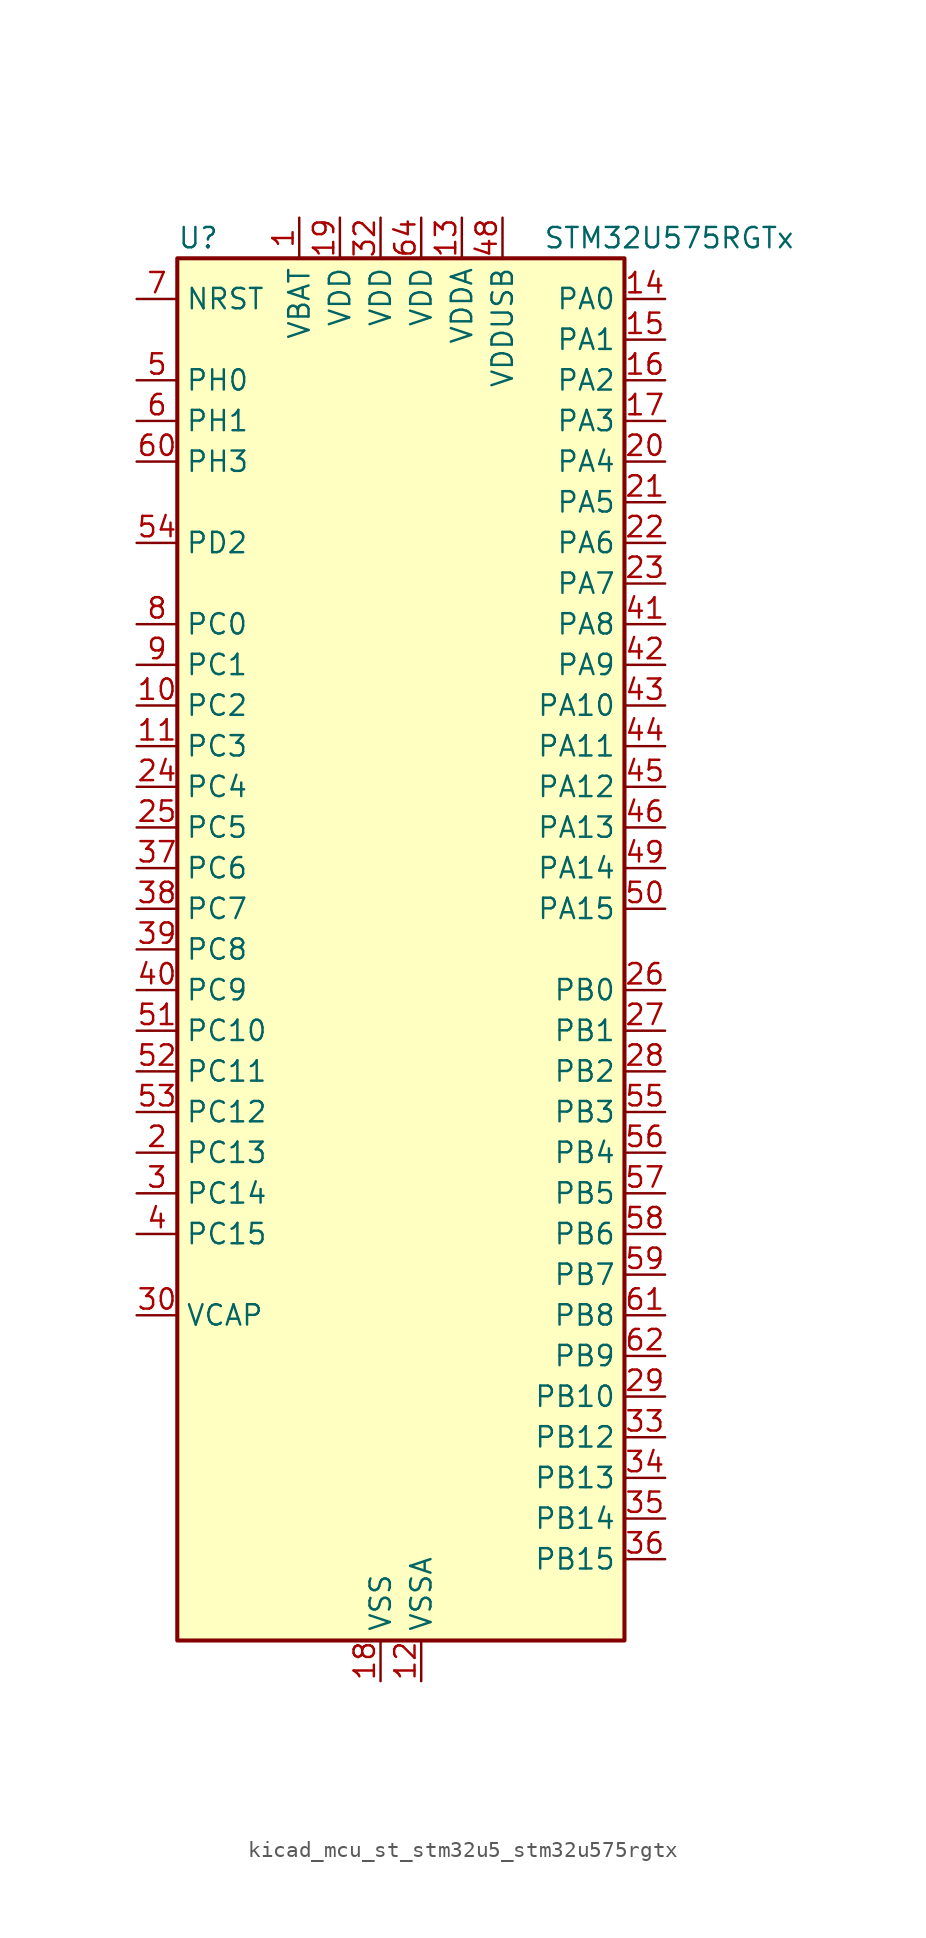
<source format=kicad_sym>
(kicad_symbol_lib
  (version 20220914)
  (generator kicad_symbol_editor)
  (symbol "kicad_mcu_st_stm32u5_stm32u575rgtx"
    (property "Reference" "U"
      (at -12.7 44.45 0)
      (effects (font (size 1.27 1.27)) (justify left)))
    (property "Value" "STM32U575RGTx"
      (at 10.16 44.45 0)
      (effects (font (size 1.27 1.27)) (justify left)))
    (property "ki_locked" ""
      (at 0 0 0)
      (effects (font (size 1.27 1.27))))
    (symbol "kicad_mcu_st_stm32u5_stm32u575rgtx_0_1"
      (rectangle (start -12.7 -43.18) (end 15.24 43.18) (stroke (width 0.254) (type default)) (fill (type background))))
    (symbol "kicad_mcu_st_stm32u5_stm32u575rgtx_1_1"
      (pin power_in line (at -5.08 45.72 270) (length 2.54) (name "VBAT" (effects (font (size 1.27 1.27)))) (number "1" (effects (font (size 1.27 1.27)))))
      (pin bidirectional line (at -15.24 15.24 0) (length 2.54) (name "PC2" (effects (font (size 1.27 1.27)))) (number "10" (effects (font (size 1.27 1.27)))) (alternate "ADC1_IN3" bidirectional line) (alternate "ADC4_IN3" bidirectional line) (alternate "LPTIM1_IN2" bidirectional line) (alternate "MDF1_CCK1" bidirectional line) (alternate "OCTOSPIM_P1_IO5" bidirectional line) (alternate "SPI2_MISO" bidirectional line))
      (pin bidirectional line (at -15.24 12.7 0) (length 2.54) (name "PC3" (effects (font (size 1.27 1.27)))) (number "11" (effects (font (size 1.27 1.27)))) (alternate "ADC1_IN4" bidirectional line) (alternate "ADC4_IN4" bidirectional line) (alternate "LPTIM1_ETR" bidirectional line) (alternate "LPTIM2_ETR" bidirectional line) (alternate "LPTIM3_CH1" bidirectional line) (alternate "OCTOSPIM_P1_IO6" bidirectional line) (alternate "SAI1_D1" bidirectional line) (alternate "SAI1_SD_A" bidirectional line) (alternate "SPI2_MOSI" bidirectional line))
      (pin power_in line (at 2.54 -45.72 90) (length 2.54) (name "VSSA" (effects (font (size 1.27 1.27)))) (number "12" (effects (font (size 1.27 1.27)))))
      (pin power_in line (at 5.08 45.72 270) (length 2.54) (name "VDDA" (effects (font (size 1.27 1.27)))) (number "13" (effects (font (size 1.27 1.27)))))
      (pin bidirectional line (at 17.78 40.64 180) (length 2.54) (name "PA0" (effects (font (size 1.27 1.27)))) (number "14" (effects (font (size 1.27 1.27)))) (alternate "ADC1_IN5" bidirectional line) (alternate "AUDIOCLK" bidirectional line) (alternate "OCTOSPIM_P2_NCS" bidirectional line) (alternate "OPAMP1_VINP" bidirectional line) (alternate "PWR_WKUP1" bidirectional line) (alternate "SDMMC2_CMD" bidirectional line) (alternate "SPI3_RDY" bidirectional line) (alternate "TAMP_IN2" bidirectional line) (alternate "TAMP_OUT1" bidirectional line) (alternate "TIM2_CH1" bidirectional line) (alternate "TIM2_ETR" bidirectional line) (alternate "TIM5_CH1" bidirectional line) (alternate "TIM8_ETR" bidirectional line) (alternate "UART4_TX" bidirectional line) (alternate "USART2_CTS" bidirectional line))
      (pin bidirectional line (at 17.78 38.1 180) (length 2.54) (name "PA1" (effects (font (size 1.27 1.27)))) (number "15" (effects (font (size 1.27 1.27)))) (alternate "ADC1_IN6" bidirectional line) (alternate "I2C1_SMBA" bidirectional line) (alternate "LPTIM1_CH2" bidirectional line) (alternate "OCTOSPIM_P1_DQS" bidirectional line) (alternate "OPAMP1_VINM" bidirectional line) (alternate "PWR_WKUP3" bidirectional line) (alternate "SPI1_SCK" bidirectional line) (alternate "TAMP_IN5" bidirectional line) (alternate "TAMP_OUT4" bidirectional line) (alternate "TIM15_CH1N" bidirectional line) (alternate "TIM2_CH2" bidirectional line) (alternate "TIM5_CH2" bidirectional line) (alternate "UART4_RX" bidirectional line) (alternate "USART2_DE" bidirectional line) (alternate "USART2_RTS" bidirectional line))
      (pin bidirectional line (at 17.78 35.56 180) (length 2.54) (name "PA2" (effects (font (size 1.27 1.27)))) (number "16" (effects (font (size 1.27 1.27)))) (alternate "ADC1_IN7" bidirectional line) (alternate "COMP1_INP" bidirectional line) (alternate "LPUART1_TX" bidirectional line) (alternate "OCTOSPIM_P1_NCS" bidirectional line) (alternate "PWR_WKUP4" bidirectional line) (alternate "RCC_LSCO" bidirectional line) (alternate "SPI1_RDY" bidirectional line) (alternate "TIM15_CH1" bidirectional line) (alternate "TIM2_CH3" bidirectional line) (alternate "TIM5_CH3" bidirectional line) (alternate "UCPD1_FRSTX1" bidirectional line) (alternate "USART2_TX" bidirectional line))
      (pin bidirectional line (at 17.78 33.02 180) (length 2.54) (name "PA3" (effects (font (size 1.27 1.27)))) (number "17" (effects (font (size 1.27 1.27)))) (alternate "ADC1_IN8" bidirectional line) (alternate "LPUART1_RX" bidirectional line) (alternate "OCTOSPIM_P1_CLK" bidirectional line) (alternate "OPAMP1_VOUT" bidirectional line) (alternate "PWR_WKUP5" bidirectional line) (alternate "SAI1_CK1" bidirectional line) (alternate "SAI1_MCLK_A" bidirectional line) (alternate "TIM15_CH2" bidirectional line) (alternate "TIM2_CH4" bidirectional line) (alternate "TIM5_CH4" bidirectional line) (alternate "USART2_RX" bidirectional line))
      (pin power_in line (at 0 -45.72 90) (length 2.54) (name "VSS" (effects (font (size 1.27 1.27)))) (number "18" (effects (font (size 1.27 1.27)))))
      (pin power_in line (at -2.54 45.72 270) (length 2.54) (name "VDD" (effects (font (size 1.27 1.27)))) (number "19" (effects (font (size 1.27 1.27)))))
      (pin bidirectional line (at -15.24 -12.7 0) (length 2.54) (name "PC13" (effects (font (size 1.27 1.27)))) (number "2" (effects (font (size 1.27 1.27)))) (alternate "PWR_WKUP2" bidirectional line) (alternate "RTC_OUT1" bidirectional line) (alternate "RTC_TS" bidirectional line) (alternate "TAMP_IN1" bidirectional line) (alternate "TAMP_OUT2" bidirectional line))
      (pin bidirectional line (at 17.78 30.48 180) (length 2.54) (name "PA4" (effects (font (size 1.27 1.27)))) (number "20" (effects (font (size 1.27 1.27)))) (alternate "ADC1_IN9" bidirectional line) (alternate "ADC4_IN9" bidirectional line) (alternate "DAC1_OUT1" bidirectional line) (alternate "DCMI_HSYNC" bidirectional line) (alternate "LPTIM2_CH1" bidirectional line) (alternate "OCTOSPIM_P1_NCS" bidirectional line) (alternate "PSSI_DE" bidirectional line) (alternate "PWR_WKUP2" bidirectional line) (alternate "SAI1_FS_B" bidirectional line) (alternate "SPI1_NSS" bidirectional line) (alternate "SPI3_NSS" bidirectional line) (alternate "USART2_CK" bidirectional line))
      (pin bidirectional line (at 17.78 27.94 180) (length 2.54) (name "PA5" (effects (font (size 1.27 1.27)))) (number "21" (effects (font (size 1.27 1.27)))) (alternate "ADC1_IN10" bidirectional line) (alternate "ADC4_IN10" bidirectional line) (alternate "DAC1_OUT2" bidirectional line) (alternate "LPTIM2_ETR" bidirectional line) (alternate "PSSI_D14" bidirectional line) (alternate "PWR_CSLEEP" bidirectional line) (alternate "PWR_WKUP6" bidirectional line) (alternate "SPI1_SCK" bidirectional line) (alternate "TIM2_CH1" bidirectional line) (alternate "TIM2_ETR" bidirectional line) (alternate "TIM8_CH1N" bidirectional line) (alternate "USART3_RX" bidirectional line))
      (pin bidirectional line (at 17.78 25.4 180) (length 2.54) (name "PA6" (effects (font (size 1.27 1.27)))) (number "22" (effects (font (size 1.27 1.27)))) (alternate "ADC1_IN11" bidirectional line) (alternate "ADC4_IN11" bidirectional line) (alternate "DCMI_PIXCLK" bidirectional line) (alternate "LPUART1_CTS" bidirectional line) (alternate "OCTOSPIM_P1_IO3" bidirectional line) (alternate "OPAMP2_VINP" bidirectional line) (alternate "PSSI_PDCK" bidirectional line) (alternate "PWR_CDSTOP" bidirectional line) (alternate "PWR_WKUP7" bidirectional line) (alternate "SPI1_MISO" bidirectional line) (alternate "TIM16_CH1" bidirectional line) (alternate "TIM1_BKIN" bidirectional line) (alternate "TIM3_CH1" bidirectional line) (alternate "TIM8_BKIN" bidirectional line) (alternate "USART3_CTS" bidirectional line))
      (pin bidirectional line (at 17.78 22.86 180) (length 2.54) (name "PA7" (effects (font (size 1.27 1.27)))) (number "23" (effects (font (size 1.27 1.27)))) (alternate "ADC1_IN12" bidirectional line) (alternate "ADC4_IN20" bidirectional line) (alternate "I2C3_SCL" bidirectional line) (alternate "LPTIM2_CH2" bidirectional line) (alternate "OCTOSPIM_P1_IO2" bidirectional line) (alternate "OPAMP2_VINM" bidirectional line) (alternate "PWR_SRDSTOP" bidirectional line) (alternate "PWR_WKUP8" bidirectional line) (alternate "SPI1_MOSI" bidirectional line) (alternate "TIM17_CH1" bidirectional line) (alternate "TIM1_CH1N" bidirectional line) (alternate "TIM3_CH2" bidirectional line) (alternate "TIM8_CH1N" bidirectional line) (alternate "USART3_TX" bidirectional line))
      (pin bidirectional line (at -15.24 10.16 0) (length 2.54) (name "PC4" (effects (font (size 1.27 1.27)))) (number "24" (effects (font (size 1.27 1.27)))) (alternate "ADC1_IN13" bidirectional line) (alternate "ADC4_IN22" bidirectional line) (alternate "COMP1_INM" bidirectional line) (alternate "OCTOSPIM_P1_IO7" bidirectional line) (alternate "USART3_TX" bidirectional line))
      (pin bidirectional line (at -15.24 7.62 0) (length 2.54) (name "PC5" (effects (font (size 1.27 1.27)))) (number "25" (effects (font (size 1.27 1.27)))) (alternate "ADC1_IN14" bidirectional line) (alternate "ADC4_IN23" bidirectional line) (alternate "COMP1_INP" bidirectional line) (alternate "PSSI_D15" bidirectional line) (alternate "PWR_WKUP5" bidirectional line) (alternate "SAI1_D3" bidirectional line) (alternate "TAMP_IN4" bidirectional line) (alternate "TAMP_OUT5" bidirectional line) (alternate "TIM1_CH4N" bidirectional line) (alternate "USART3_RX" bidirectional line))
      (pin bidirectional line (at 17.78 -2.54 180) (length 2.54) (name "PB0" (effects (font (size 1.27 1.27)))) (number "26" (effects (font (size 1.27 1.27)))) (alternate "ADC1_IN15" bidirectional line) (alternate "ADC4_IN18" bidirectional line) (alternate "AUDIOCLK" bidirectional line) (alternate "COMP1_OUT" bidirectional line) (alternate "LPTIM3_CH1" bidirectional line) (alternate "OCTOSPIM_P1_IO1" bidirectional line) (alternate "OPAMP2_VOUT" bidirectional line) (alternate "SPI1_NSS" bidirectional line) (alternate "TIM1_CH2N" bidirectional line) (alternate "TIM3_CH3" bidirectional line) (alternate "TIM8_CH2N" bidirectional line) (alternate "USART3_CK" bidirectional line))
      (pin bidirectional line (at 17.78 -5.08 180) (length 2.54) (name "PB1" (effects (font (size 1.27 1.27)))) (number "27" (effects (font (size 1.27 1.27)))) (alternate "ADC1_IN16" bidirectional line) (alternate "ADC4_IN19" bidirectional line) (alternate "COMP1_INM" bidirectional line) (alternate "LPTIM2_IN1" bidirectional line) (alternate "LPTIM3_CH2" bidirectional line) (alternate "LPUART1_DE" bidirectional line) (alternate "LPUART1_RTS" bidirectional line) (alternate "MDF1_SDI0" bidirectional line) (alternate "OCTOSPIM_P1_IO0" bidirectional line) (alternate "PWR_WKUP4" bidirectional line) (alternate "TIM1_CH3N" bidirectional line) (alternate "TIM3_CH4" bidirectional line) (alternate "TIM8_CH3N" bidirectional line) (alternate "USART3_DE" bidirectional line) (alternate "USART3_RTS" bidirectional line))
      (pin bidirectional line (at 17.78 -7.62 180) (length 2.54) (name "PB2" (effects (font (size 1.27 1.27)))) (number "28" (effects (font (size 1.27 1.27)))) (alternate "ADC1_IN17" bidirectional line) (alternate "COMP1_INP" bidirectional line) (alternate "I2C3_SMBA" bidirectional line) (alternate "LPTIM1_CH1" bidirectional line) (alternate "MDF1_CKI0" bidirectional line) (alternate "OCTOSPIM_P1_DQS" bidirectional line) (alternate "PWR_WKUP1" bidirectional line) (alternate "RTC_OUT2" bidirectional line) (alternate "SPI1_RDY" bidirectional line) (alternate "TIM8_CH4N" bidirectional line) (alternate "UCPD1_FRSTX1" bidirectional line))
      (pin bidirectional line (at 17.78 -27.94 180) (length 2.54) (name "PB10" (effects (font (size 1.27 1.27)))) (number "29" (effects (font (size 1.27 1.27)))) (alternate "COMP1_OUT" bidirectional line) (alternate "I2C2_SCL" bidirectional line) (alternate "I2C4_SCL" bidirectional line) (alternate "LPTIM3_CH1" bidirectional line) (alternate "LPUART1_RX" bidirectional line) (alternate "OCTOSPIM_P1_CLK" bidirectional line) (alternate "PWR_WKUP8" bidirectional line) (alternate "SAI1_SCK_A" bidirectional line) (alternate "SPI2_SCK" bidirectional line) (alternate "TIM2_CH3" bidirectional line) (alternate "TSC_SYNC" bidirectional line) (alternate "USART3_TX" bidirectional line))
      (pin bidirectional line (at -15.24 -15.24 0) (length 2.54) (name "PC14" (effects (font (size 1.27 1.27)))) (number "3" (effects (font (size 1.27 1.27)))) (alternate "RCC_OSC32_IN" bidirectional line))
      (pin power_out line (at -15.24 -22.86 0) (length 2.54) (name "VCAP" (effects (font (size 1.27 1.27)))) (number "30" (effects (font (size 1.27 1.27)))))
      (pin passive line (at 0 -45.72 90) (length 2.54) hide (name "VSS" (effects (font (size 1.27 1.27)))) (number "31" (effects (font (size 1.27 1.27)))))
      (pin power_in line (at 0 45.72 270) (length 2.54) (name "VDD" (effects (font (size 1.27 1.27)))) (number "32" (effects (font (size 1.27 1.27)))))
      (pin bidirectional line (at 17.78 -30.48 180) (length 2.54) (name "PB12" (effects (font (size 1.27 1.27)))) (number "33" (effects (font (size 1.27 1.27)))) (alternate "I2C2_SMBA" bidirectional line) (alternate "LPUART1_DE" bidirectional line) (alternate "LPUART1_RTS" bidirectional line) (alternate "MDF1_SDI1" bidirectional line) (alternate "OCTOSPIM_P1_NCLK" bidirectional line) (alternate "SPI2_NSS" bidirectional line) (alternate "TIM15_BKIN" bidirectional line) (alternate "TIM1_BKIN" bidirectional line) (alternate "TSC_G1_IO1" bidirectional line) (alternate "USART3_CK" bidirectional line))
      (pin bidirectional line (at 17.78 -33.02 180) (length 2.54) (name "PB13" (effects (font (size 1.27 1.27)))) (number "34" (effects (font (size 1.27 1.27)))) (alternate "I2C2_SCL" bidirectional line) (alternate "LPTIM3_IN1" bidirectional line) (alternate "LPUART1_CTS" bidirectional line) (alternate "MDF1_CKI1" bidirectional line) (alternate "SPI2_SCK" bidirectional line) (alternate "TIM15_CH1N" bidirectional line) (alternate "TIM1_CH1N" bidirectional line) (alternate "TSC_G1_IO2" bidirectional line) (alternate "USART3_CTS" bidirectional line))
      (pin bidirectional line (at 17.78 -35.56 180) (length 2.54) (name "PB14" (effects (font (size 1.27 1.27)))) (number "35" (effects (font (size 1.27 1.27)))) (alternate "I2C2_SDA" bidirectional line) (alternate "LPTIM3_ETR" bidirectional line) (alternate "MDF1_SDI2" bidirectional line) (alternate "SDMMC2_D0" bidirectional line) (alternate "SPI2_MISO" bidirectional line) (alternate "TIM15_CH1" bidirectional line) (alternate "TIM1_CH2N" bidirectional line) (alternate "TIM8_CH2N" bidirectional line) (alternate "TSC_G1_IO3" bidirectional line) (alternate "UCPD1_DBCC2" bidirectional line) (alternate "USART3_DE" bidirectional line) (alternate "USART3_RTS" bidirectional line))
      (pin bidirectional line (at 17.78 -38.1 180) (length 2.54) (name "PB15" (effects (font (size 1.27 1.27)))) (number "36" (effects (font (size 1.27 1.27)))) (alternate "ADC1_EXTI15" bidirectional line) (alternate "ADC4_EXTI15" bidirectional line) (alternate "LPTIM2_IN2" bidirectional line) (alternate "MDF1_CKI2" bidirectional line) (alternate "PWR_WKUP7" bidirectional line) (alternate "RTC_REFIN" bidirectional line) (alternate "SDMMC2_D1" bidirectional line) (alternate "SPI2_MOSI" bidirectional line) (alternate "TIM15_CH2" bidirectional line) (alternate "TIM1_CH3N" bidirectional line) (alternate "TIM8_CH3N" bidirectional line) (alternate "UCPD1_CC2" bidirectional line))
      (pin bidirectional line (at -15.24 5.08 0) (length 2.54) (name "PC6" (effects (font (size 1.27 1.27)))) (number "37" (effects (font (size 1.27 1.27)))) (alternate "DCMI_D0" bidirectional line) (alternate "MDF1_CKI3" bidirectional line) (alternate "PSSI_D0" bidirectional line) (alternate "PWR_CSLEEP" bidirectional line) (alternate "SDMMC1_D0DIR" bidirectional line) (alternate "SDMMC1_D6" bidirectional line) (alternate "SDMMC2_D6" bidirectional line) (alternate "TIM3_CH1" bidirectional line) (alternate "TIM8_CH1" bidirectional line) (alternate "TSC_G4_IO1" bidirectional line))
      (pin bidirectional line (at -15.24 2.54 0) (length 2.54) (name "PC7" (effects (font (size 1.27 1.27)))) (number "38" (effects (font (size 1.27 1.27)))) (alternate "DCMI_D1" bidirectional line) (alternate "LPTIM2_CH2" bidirectional line) (alternate "MDF1_SDI3" bidirectional line) (alternate "PSSI_D1" bidirectional line) (alternate "PWR_CDSTOP" bidirectional line) (alternate "SDMMC1_D123DIR" bidirectional line) (alternate "SDMMC1_D7" bidirectional line) (alternate "SDMMC2_D7" bidirectional line) (alternate "TIM3_CH2" bidirectional line) (alternate "TIM8_CH2" bidirectional line) (alternate "TSC_G4_IO2" bidirectional line))
      (pin bidirectional line (at -15.24 0 0) (length 2.54) (name "PC8" (effects (font (size 1.27 1.27)))) (number "39" (effects (font (size 1.27 1.27)))) (alternate "DCMI_D2" bidirectional line) (alternate "LPTIM3_CH1" bidirectional line) (alternate "PSSI_D2" bidirectional line) (alternate "PWR_SRDSTOP" bidirectional line) (alternate "SDMMC1_D0" bidirectional line) (alternate "TIM3_CH3" bidirectional line) (alternate "TIM8_CH3" bidirectional line) (alternate "TSC_G4_IO3" bidirectional line))
      (pin bidirectional line (at -15.24 -17.78 0) (length 2.54) (name "PC15" (effects (font (size 1.27 1.27)))) (number "4" (effects (font (size 1.27 1.27)))) (alternate "ADC1_EXTI15" bidirectional line) (alternate "ADC4_EXTI15" bidirectional line) (alternate "RCC_OSC32_OUT" bidirectional line))
      (pin bidirectional line (at -15.24 -2.54 0) (length 2.54) (name "PC9" (effects (font (size 1.27 1.27)))) (number "40" (effects (font (size 1.27 1.27)))) (alternate "DAC1_EXTI9" bidirectional line) (alternate "DCMI_D3" bidirectional line) (alternate "DEBUG_TRACED0" bidirectional line) (alternate "LPTIM3_CH2" bidirectional line) (alternate "PSSI_D3" bidirectional line) (alternate "SDMMC1_D1" bidirectional line) (alternate "TIM3_CH4" bidirectional line) (alternate "TIM8_BKIN2" bidirectional line) (alternate "TIM8_CH4" bidirectional line) (alternate "TSC_G4_IO4" bidirectional line) (alternate "USB_OTG_FS_NOE" bidirectional line))
      (pin bidirectional line (at 17.78 20.32 180) (length 2.54) (name "PA8" (effects (font (size 1.27 1.27)))) (number "41" (effects (font (size 1.27 1.27)))) (alternate "DEBUG_TRACECLK" bidirectional line) (alternate "LPTIM2_CH1" bidirectional line) (alternate "RCC_MCO" bidirectional line) (alternate "SAI1_CK2" bidirectional line) (alternate "SAI1_SCK_A" bidirectional line) (alternate "SPI1_RDY" bidirectional line) (alternate "TIM1_CH1" bidirectional line) (alternate "USART1_CK" bidirectional line) (alternate "USB_OTG_FS_SOF" bidirectional line))
      (pin bidirectional line (at 17.78 17.78 180) (length 2.54) (name "PA9" (effects (font (size 1.27 1.27)))) (number "42" (effects (font (size 1.27 1.27)))) (alternate "DAC1_EXTI9" bidirectional line) (alternate "DCMI_D0" bidirectional line) (alternate "PSSI_D0" bidirectional line) (alternate "SAI1_FS_A" bidirectional line) (alternate "SPI2_SCK" bidirectional line) (alternate "TIM15_BKIN" bidirectional line) (alternate "TIM1_CH2" bidirectional line) (alternate "USART1_TX" bidirectional line) (alternate "USB_OTG_FS_VBUS" bidirectional line))
      (pin bidirectional line (at 17.78 15.24 180) (length 2.54) (name "PA10" (effects (font (size 1.27 1.27)))) (number "43" (effects (font (size 1.27 1.27)))) (alternate "CRS_SYNC" bidirectional line) (alternate "DCMI_D1" bidirectional line) (alternate "LPTIM2_IN2" bidirectional line) (alternate "PSSI_D1" bidirectional line) (alternate "SAI1_D1" bidirectional line) (alternate "SAI1_SD_A" bidirectional line) (alternate "TIM17_BKIN" bidirectional line) (alternate "TIM1_CH3" bidirectional line) (alternate "USART1_RX" bidirectional line) (alternate "USB_OTG_FS_ID" bidirectional line))
      (pin bidirectional line (at 17.78 12.7 180) (length 2.54) (name "PA11" (effects (font (size 1.27 1.27)))) (number "44" (effects (font (size 1.27 1.27)))) (alternate "ADC1_EXTI11" bidirectional line) (alternate "FDCAN1_RX" bidirectional line) (alternate "SPI1_MISO" bidirectional line) (alternate "TIM1_BKIN2" bidirectional line) (alternate "TIM1_CH4" bidirectional line) (alternate "USART1_CTS" bidirectional line) (alternate "USB_OTG_FS_DM" bidirectional line))
      (pin bidirectional line (at 17.78 10.16 180) (length 2.54) (name "PA12" (effects (font (size 1.27 1.27)))) (number "45" (effects (font (size 1.27 1.27)))) (alternate "FDCAN1_TX" bidirectional line) (alternate "OCTOSPIM_P2_NCS" bidirectional line) (alternate "SPI1_MOSI" bidirectional line) (alternate "TIM1_ETR" bidirectional line) (alternate "USART1_DE" bidirectional line) (alternate "USART1_RTS" bidirectional line) (alternate "USB_OTG_FS_DP" bidirectional line))
      (pin bidirectional line (at 17.78 7.62 180) (length 2.54) (name "PA13" (effects (font (size 1.27 1.27)))) (number "46" (effects (font (size 1.27 1.27)))) (alternate "DEBUG_JTMS-SWDIO" bidirectional line) (alternate "IR_OUT" bidirectional line) (alternate "SAI1_SD_B" bidirectional line) (alternate "USB_OTG_FS_NOE" bidirectional line))
      (pin passive line (at 0 -45.72 90) (length 2.54) hide (name "VSS" (effects (font (size 1.27 1.27)))) (number "47" (effects (font (size 1.27 1.27)))))
      (pin power_in line (at 7.62 45.72 270) (length 2.54) (name "VDDUSB" (effects (font (size 1.27 1.27)))) (number "48" (effects (font (size 1.27 1.27)))))
      (pin bidirectional line (at 17.78 5.08 180) (length 2.54) (name "PA14" (effects (font (size 1.27 1.27)))) (number "49" (effects (font (size 1.27 1.27)))) (alternate "DEBUG_JTCK-SWCLK" bidirectional line) (alternate "I2C1_SMBA" bidirectional line) (alternate "I2C4_SMBA" bidirectional line) (alternate "LPTIM1_CH1" bidirectional line) (alternate "SAI1_FS_B" bidirectional line) (alternate "USB_OTG_FS_SOF" bidirectional line))
      (pin bidirectional line (at -15.24 35.56 0) (length 2.54) (name "PH0" (effects (font (size 1.27 1.27)))) (number "5" (effects (font (size 1.27 1.27)))) (alternate "RCC_OSC_IN" bidirectional line))
      (pin bidirectional line (at 17.78 2.54 180) (length 2.54) (name "PA15" (effects (font (size 1.27 1.27)))) (number "50" (effects (font (size 1.27 1.27)))) (alternate "ADC1_EXTI15" bidirectional line) (alternate "ADC4_EXTI15" bidirectional line) (alternate "DEBUG_JTDI" bidirectional line) (alternate "SPI1_NSS" bidirectional line) (alternate "SPI3_NSS" bidirectional line) (alternate "TIM2_CH1" bidirectional line) (alternate "TIM2_ETR" bidirectional line) (alternate "UART4_DE" bidirectional line) (alternate "UART4_RTS" bidirectional line) (alternate "UCPD1_CC1" bidirectional line) (alternate "USART2_RX" bidirectional line) (alternate "USART3_DE" bidirectional line) (alternate "USART3_RTS" bidirectional line))
      (pin bidirectional line (at -15.24 -5.08 0) (length 2.54) (name "PC10" (effects (font (size 1.27 1.27)))) (number "51" (effects (font (size 1.27 1.27)))) (alternate "ADF1_CCK1" bidirectional line) (alternate "DCMI_D8" bidirectional line) (alternate "DEBUG_TRACED1" bidirectional line) (alternate "LPTIM3_ETR" bidirectional line) (alternate "PSSI_D8" bidirectional line) (alternate "SDMMC1_D2" bidirectional line) (alternate "SPI3_SCK" bidirectional line) (alternate "TSC_G3_IO2" bidirectional line) (alternate "UART4_TX" bidirectional line) (alternate "USART3_TX" bidirectional line))
      (pin bidirectional line (at -15.24 -7.62 0) (length 2.54) (name "PC11" (effects (font (size 1.27 1.27)))) (number "52" (effects (font (size 1.27 1.27)))) (alternate "ADC1_EXTI11" bidirectional line) (alternate "ADF1_SDI0" bidirectional line) (alternate "DCMI_D2" bidirectional line) (alternate "DCMI_D4" bidirectional line) (alternate "LPTIM3_IN1" bidirectional line) (alternate "OCTOSPIM_P1_NCS" bidirectional line) (alternate "PSSI_D2" bidirectional line) (alternate "PSSI_D4" bidirectional line) (alternate "SDMMC1_D3" bidirectional line) (alternate "SPI3_MISO" bidirectional line) (alternate "TSC_G3_IO3" bidirectional line) (alternate "UART4_RX" bidirectional line) (alternate "UCPD1_FRSTX2" bidirectional line) (alternate "USART3_RX" bidirectional line))
      (pin bidirectional line (at -15.24 -10.16 0) (length 2.54) (name "PC12" (effects (font (size 1.27 1.27)))) (number "53" (effects (font (size 1.27 1.27)))) (alternate "DCMI_D9" bidirectional line) (alternate "DEBUG_TRACED3" bidirectional line) (alternate "PSSI_D9" bidirectional line) (alternate "SDMMC1_CK" bidirectional line) (alternate "SPI3_MOSI" bidirectional line) (alternate "TSC_G3_IO4" bidirectional line) (alternate "UART5_TX" bidirectional line) (alternate "USART3_CK" bidirectional line))
      (pin bidirectional line (at -15.24 25.4 0) (length 2.54) (name "PD2" (effects (font (size 1.27 1.27)))) (number "54" (effects (font (size 1.27 1.27)))) (alternate "DCMI_D11" bidirectional line) (alternate "DEBUG_TRACED2" bidirectional line) (alternate "LPTIM4_ETR" bidirectional line) (alternate "PSSI_D11" bidirectional line) (alternate "SDMMC1_CMD" bidirectional line) (alternate "TIM3_ETR" bidirectional line) (alternate "TSC_SYNC" bidirectional line) (alternate "UART5_RX" bidirectional line) (alternate "USART3_DE" bidirectional line) (alternate "USART3_RTS" bidirectional line))
      (pin bidirectional line (at 17.78 -10.16 180) (length 2.54) (name "PB3" (effects (font (size 1.27 1.27)))) (number "55" (effects (font (size 1.27 1.27)))) (alternate "ADF1_CCK0" bidirectional line) (alternate "COMP2_INM" bidirectional line) (alternate "CRS_SYNC" bidirectional line) (alternate "DEBUG_JTDO-SWO" bidirectional line) (alternate "I2C1_SDA" bidirectional line) (alternate "LPTIM1_CH1" bidirectional line) (alternate "SAI1_SCK_B" bidirectional line) (alternate "SDMMC2_D2" bidirectional line) (alternate "SPI1_SCK" bidirectional line) (alternate "SPI3_SCK" bidirectional line) (alternate "TIM2_CH2" bidirectional line) (alternate "USART1_DE" bidirectional line) (alternate "USART1_RTS" bidirectional line))
      (pin bidirectional line (at 17.78 -12.7 180) (length 2.54) (name "PB4" (effects (font (size 1.27 1.27)))) (number "56" (effects (font (size 1.27 1.27)))) (alternate "ADF1_SDI0" bidirectional line) (alternate "COMP2_INP" bidirectional line) (alternate "DCMI_D12" bidirectional line) (alternate "DEBUG_JTRST" bidirectional line) (alternate "I2C3_SDA" bidirectional line) (alternate "LPTIM1_CH2" bidirectional line) (alternate "PSSI_D12" bidirectional line) (alternate "SAI1_MCLK_B" bidirectional line) (alternate "SDMMC2_D3" bidirectional line) (alternate "SPI1_MISO" bidirectional line) (alternate "SPI3_MISO" bidirectional line) (alternate "TIM17_BKIN" bidirectional line) (alternate "TIM3_CH1" bidirectional line) (alternate "TSC_G2_IO1" bidirectional line) (alternate "UART5_DE" bidirectional line) (alternate "UART5_RTS" bidirectional line) (alternate "USART1_CTS" bidirectional line))
      (pin bidirectional line (at 17.78 -15.24 180) (length 2.54) (name "PB5" (effects (font (size 1.27 1.27)))) (number "57" (effects (font (size 1.27 1.27)))) (alternate "COMP2_OUT" bidirectional line) (alternate "DCMI_D10" bidirectional line) (alternate "I2C1_SMBA" bidirectional line) (alternate "LPTIM1_IN1" bidirectional line) (alternate "OCTOSPIM_P1_NCLK" bidirectional line) (alternate "PSSI_D10" bidirectional line) (alternate "PWR_WKUP6" bidirectional line) (alternate "SAI1_SD_B" bidirectional line) (alternate "SPI1_MOSI" bidirectional line) (alternate "SPI3_MOSI" bidirectional line) (alternate "TIM16_BKIN" bidirectional line) (alternate "TIM3_CH2" bidirectional line) (alternate "TSC_G2_IO2" bidirectional line) (alternate "UART5_CTS" bidirectional line) (alternate "UCPD1_DBCC1" bidirectional line) (alternate "USART1_CK" bidirectional line))
      (pin bidirectional line (at 17.78 -17.78 180) (length 2.54) (name "PB6" (effects (font (size 1.27 1.27)))) (number "58" (effects (font (size 1.27 1.27)))) (alternate "COMP2_INP" bidirectional line) (alternate "DCMI_D5" bidirectional line) (alternate "I2C1_SCL" bidirectional line) (alternate "I2C4_SCL" bidirectional line) (alternate "LPTIM1_ETR" bidirectional line) (alternate "MDF1_SDI5" bidirectional line) (alternate "PSSI_D5" bidirectional line) (alternate "PWR_WKUP3" bidirectional line) (alternate "SAI1_FS_B" bidirectional line) (alternate "TIM16_CH1N" bidirectional line) (alternate "TIM4_CH1" bidirectional line) (alternate "TIM8_BKIN2" bidirectional line) (alternate "TSC_G2_IO3" bidirectional line) (alternate "USART1_TX" bidirectional line))
      (pin bidirectional line (at 17.78 -20.32 180) (length 2.54) (name "PB7" (effects (font (size 1.27 1.27)))) (number "59" (effects (font (size 1.27 1.27)))) (alternate "COMP2_INM" bidirectional line) (alternate "DCMI_VSYNC" bidirectional line) (alternate "I2C1_SDA" bidirectional line) (alternate "I2C4_SDA" bidirectional line) (alternate "LPTIM1_IN2" bidirectional line) (alternate "MDF1_CKI5" bidirectional line) (alternate "PSSI_RDY" bidirectional line) (alternate "PWR_PVD_IN" bidirectional line) (alternate "PWR_WKUP4" bidirectional line) (alternate "TIM17_CH1N" bidirectional line) (alternate "TIM4_CH2" bidirectional line) (alternate "TIM8_BKIN" bidirectional line) (alternate "TSC_G2_IO4" bidirectional line) (alternate "UART4_CTS" bidirectional line) (alternate "USART1_RX" bidirectional line))
      (pin bidirectional line (at -15.24 33.02 0) (length 2.54) (name "PH1" (effects (font (size 1.27 1.27)))) (number "6" (effects (font (size 1.27 1.27)))) (alternate "RCC_OSC_OUT" bidirectional line))
      (pin bidirectional line (at -15.24 30.48 0) (length 2.54) (name "PH3" (effects (font (size 1.27 1.27)))) (number "60" (effects (font (size 1.27 1.27)))))
      (pin bidirectional line (at 17.78 -22.86 180) (length 2.54) (name "PB8" (effects (font (size 1.27 1.27)))) (number "61" (effects (font (size 1.27 1.27)))) (alternate "DCMI_D6" bidirectional line) (alternate "FDCAN1_RX" bidirectional line) (alternate "I2C1_SCL" bidirectional line) (alternate "MDF1_CCK0" bidirectional line) (alternate "PSSI_D6" bidirectional line) (alternate "PWR_WKUP5" bidirectional line) (alternate "SAI1_CK1" bidirectional line) (alternate "SAI1_MCLK_A" bidirectional line) (alternate "SDMMC1_CKIN" bidirectional line) (alternate "SDMMC1_D4" bidirectional line) (alternate "SDMMC2_D4" bidirectional line) (alternate "SPI3_RDY" bidirectional line) (alternate "TIM16_CH1" bidirectional line) (alternate "TIM4_CH3" bidirectional line))
      (pin bidirectional line (at 17.78 -25.4 180) (length 2.54) (name "PB9" (effects (font (size 1.27 1.27)))) (number "62" (effects (font (size 1.27 1.27)))) (alternate "DAC1_EXTI9" bidirectional line) (alternate "DCMI_D7" bidirectional line) (alternate "FDCAN1_TX" bidirectional line) (alternate "I2C1_SDA" bidirectional line) (alternate "IR_OUT" bidirectional line) (alternate "PSSI_D7" bidirectional line) (alternate "SAI1_D2" bidirectional line) (alternate "SAI1_FS_A" bidirectional line) (alternate "SDMMC1_CDIR" bidirectional line) (alternate "SDMMC1_D5" bidirectional line) (alternate "SDMMC2_D5" bidirectional line) (alternate "SPI2_NSS" bidirectional line) (alternate "TIM17_CH1" bidirectional line) (alternate "TIM4_CH4" bidirectional line))
      (pin passive line (at 0 -45.72 90) (length 2.54) hide (name "VSS" (effects (font (size 1.27 1.27)))) (number "63" (effects (font (size 1.27 1.27)))))
      (pin power_in line (at 2.54 45.72 270) (length 2.54) (name "VDD" (effects (font (size 1.27 1.27)))) (number "64" (effects (font (size 1.27 1.27)))))
      (pin input line (at -15.24 40.64 0) (length 2.54) (name "NRST" (effects (font (size 1.27 1.27)))) (number "7" (effects (font (size 1.27 1.27)))))
      (pin bidirectional line (at -15.24 20.32 0) (length 2.54) (name "PC0" (effects (font (size 1.27 1.27)))) (number "8" (effects (font (size 1.27 1.27)))) (alternate "ADC1_IN1" bidirectional line) (alternate "ADC4_IN1" bidirectional line) (alternate "I2C3_SCL" bidirectional line) (alternate "LPTIM1_IN1" bidirectional line) (alternate "LPTIM2_IN1" bidirectional line) (alternate "LPUART1_RX" bidirectional line) (alternate "MDF1_SDI4" bidirectional line) (alternate "OCTOSPIM_P1_IO7" bidirectional line) (alternate "SDMMC1_D5" bidirectional line) (alternate "SPI2_RDY" bidirectional line))
      (pin bidirectional line (at -15.24 17.78 0) (length 2.54) (name "PC1" (effects (font (size 1.27 1.27)))) (number "9" (effects (font (size 1.27 1.27)))) (alternate "ADC1_IN2" bidirectional line) (alternate "ADC4_IN2" bidirectional line) (alternate "DEBUG_TRACED0" bidirectional line) (alternate "I2C3_SDA" bidirectional line) (alternate "LPTIM1_CH1" bidirectional line) (alternate "LPUART1_TX" bidirectional line) (alternate "MDF1_CKI4" bidirectional line) (alternate "OCTOSPIM_P1_IO4" bidirectional line) (alternate "SAI1_SD_A" bidirectional line) (alternate "SDMMC2_CK" bidirectional line) (alternate "SPI2_MOSI" bidirectional line)))))
</source>
